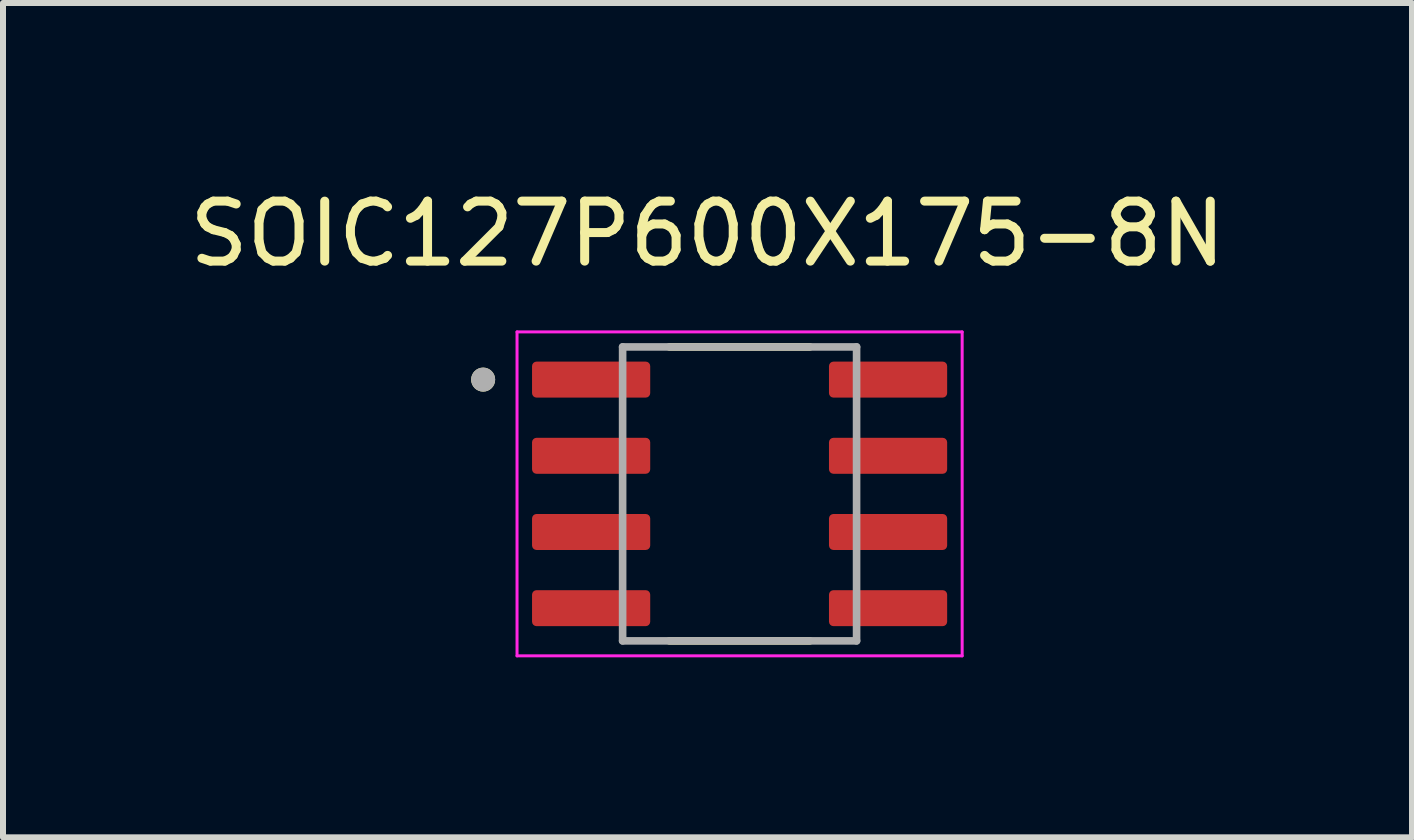
<source format=kicad_pcb>
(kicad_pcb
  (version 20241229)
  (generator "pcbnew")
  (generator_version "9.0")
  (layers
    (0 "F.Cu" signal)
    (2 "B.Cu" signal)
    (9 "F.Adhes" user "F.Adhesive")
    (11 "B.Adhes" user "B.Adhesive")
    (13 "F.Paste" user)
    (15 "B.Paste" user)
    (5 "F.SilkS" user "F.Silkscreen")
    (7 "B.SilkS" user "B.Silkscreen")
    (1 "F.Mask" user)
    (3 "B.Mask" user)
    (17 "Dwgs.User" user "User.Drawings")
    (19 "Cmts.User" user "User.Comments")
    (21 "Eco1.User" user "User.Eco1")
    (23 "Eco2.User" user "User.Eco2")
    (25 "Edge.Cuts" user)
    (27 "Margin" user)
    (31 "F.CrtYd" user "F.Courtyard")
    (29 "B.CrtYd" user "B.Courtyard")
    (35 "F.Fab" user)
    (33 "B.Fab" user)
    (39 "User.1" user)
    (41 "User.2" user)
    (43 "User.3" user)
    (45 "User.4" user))
  (footprint "SOIC127P600X175-8N"
    (layer "F.Cu")
    (at 9.279 5.183)
    (property "Reference" "SOIC127P600X175-8N" (at -0.535 -4.335 0) (layer "F.SilkS") (effects (font (size 1 1) (thickness 0.15))))
    (attr smd)
    (fp_line (start -1.17 -2.45) (end 1.17 -2.45) (stroke (width 0.127) (type solid)) (layer "F.SilkS"))
    (fp_line (start -1.17 2.45) (end 1.17 2.45) (stroke (width 0.127) (type solid)) (layer "F.SilkS"))
    (fp_circle (center -4.275 -1.905) (end -4.175 -1.905) (stroke (width 0.2) (type solid)) (fill no) (layer "F.SilkS"))
    (fp_line (start -3.71 -2.7) (end -3.71 2.7) (stroke (width 0.05) (type solid)) (layer "F.CrtYd"))
    (fp_line (start -3.71 2.7) (end 3.71 2.7) (stroke (width 0.05) (type solid)) (layer "F.CrtYd"))
    (fp_line (start 3.71 -2.7) (end -3.71 -2.7) (stroke (width 0.05) (type solid)) (layer "F.CrtYd"))
    (fp_line (start 3.71 2.7) (end 3.71 -2.7) (stroke (width 0.05) (type solid)) (layer "F.CrtYd"))
    (fp_line (start -1.95 -2.45) (end -1.95 2.45) (stroke (width 0.127) (type solid)) (layer "F.Fab"))
    (fp_line (start -1.95 2.45) (end 1.95 2.45) (stroke (width 0.127) (type solid)) (layer "F.Fab"))
    (fp_line (start 1.95 -2.45) (end -1.95 -2.45) (stroke (width 0.127) (type solid)) (layer "F.Fab"))
    (fp_line (start 1.95 2.45) (end 1.95 -2.45) (stroke (width 0.127) (type solid)) (layer "F.Fab"))
    (fp_circle (center -4.275 -1.905) (end -4.175 -1.905) (stroke (width 0.2) (type solid)) (fill no) (layer "F.Fab"))
    (pad "1" smd roundrect (at -2.475 -1.905) (size 1.97 0.6) (layers "F.Cu" "F.Mask" "F.Paste") (roundrect_rratio 0.125))
    (pad "2" smd roundrect (at -2.475 -0.635) (size 1.97 0.6) (layers "F.Cu" "F.Mask" "F.Paste") (roundrect_rratio 0.125))
    (pad "3" smd roundrect (at -2.475 0.635) (size 1.97 0.6) (layers "F.Cu" "F.Mask" "F.Paste") (roundrect_rratio 0.125))
    (pad "4" smd roundrect (at -2.475 1.905) (size 1.97 0.6) (layers "F.Cu" "F.Mask" "F.Paste") (roundrect_rratio 0.125))
    (pad "5" smd roundrect (at 2.475 1.905) (size 1.97 0.6) (layers "F.Cu" "F.Mask" "F.Paste") (roundrect_rratio 0.125))
    (pad "6" smd roundrect (at 2.475 0.635) (size 1.97 0.6) (layers "F.Cu" "F.Mask" "F.Paste") (roundrect_rratio 0.125))
    (pad "7" smd roundrect (at 2.475 -0.635) (size 1.97 0.6) (layers "F.Cu" "F.Mask" "F.Paste") (roundrect_rratio 0.125))
    (pad "8" smd roundrect (at 2.475 -1.905) (size 1.97 0.6) (layers "F.Cu" "F.Mask" "F.Paste") (roundrect_rratio 0.125)))
  (gr_rect
    (start -3 -3)
    (end 20.488 10.908)
    (stroke (width 0.1) (type default))
    (fill no)
    (layer "Edge.Cuts")))
</source>
